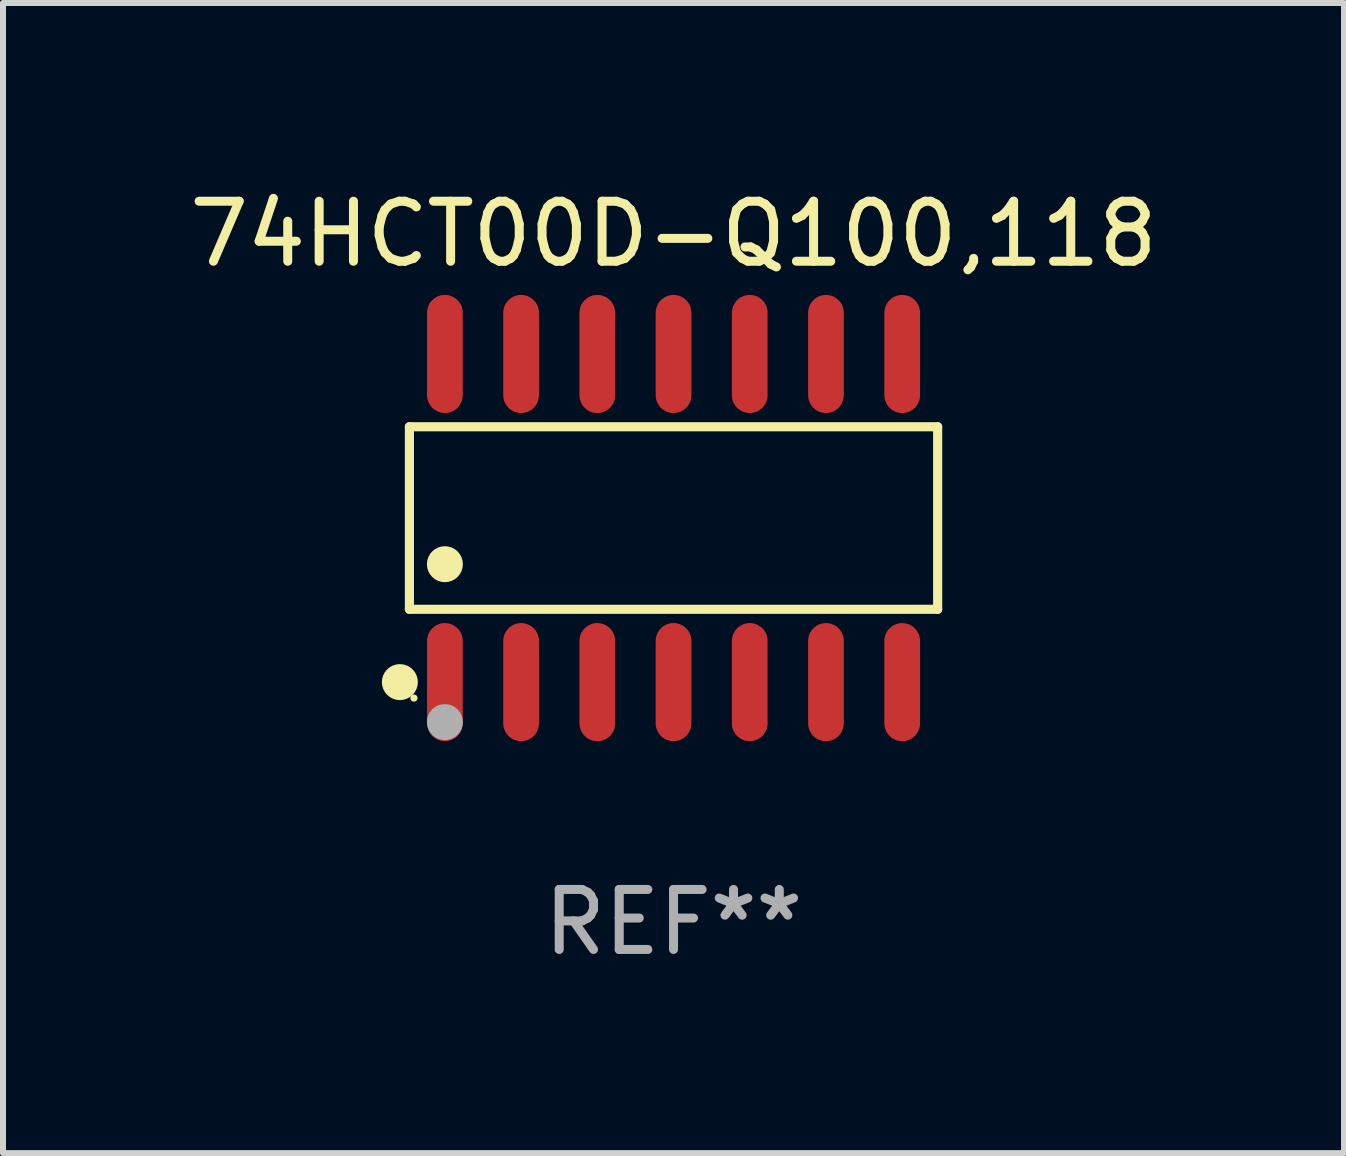
<source format=kicad_pcb>
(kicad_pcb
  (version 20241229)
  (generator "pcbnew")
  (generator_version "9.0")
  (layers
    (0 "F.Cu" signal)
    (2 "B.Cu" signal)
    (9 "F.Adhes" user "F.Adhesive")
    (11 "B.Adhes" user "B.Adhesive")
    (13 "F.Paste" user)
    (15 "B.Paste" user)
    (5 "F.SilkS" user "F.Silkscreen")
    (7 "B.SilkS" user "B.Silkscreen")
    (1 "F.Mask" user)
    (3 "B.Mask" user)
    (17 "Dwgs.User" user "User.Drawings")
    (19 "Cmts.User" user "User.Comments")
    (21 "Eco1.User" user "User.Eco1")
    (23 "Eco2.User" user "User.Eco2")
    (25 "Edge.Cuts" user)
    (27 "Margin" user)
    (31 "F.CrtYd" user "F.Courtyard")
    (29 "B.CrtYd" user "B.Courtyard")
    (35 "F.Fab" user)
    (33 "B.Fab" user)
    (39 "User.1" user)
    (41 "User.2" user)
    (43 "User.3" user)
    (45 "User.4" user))
  (footprint "74HCT00D-Q100,118"
    (layer "F.Cu")
    (at 8.173 5.582)
    (property "Reference" "74HCT00D-Q100,118" (at 0 -4.734 0) (layer "F.SilkS") (effects (font (size 1 1) (thickness 0.15))))
    (attr through_hole)
    (fp_line (start -4.401 -1.521) (end 4.401 -1.521) (stroke (width 0.152) (type solid)) (layer "F.SilkS"))
    (fp_line (start -4.401 1.521) (end -4.401 -1.521) (stroke (width 0.152) (type solid)) (layer "F.SilkS"))
    (fp_line (start 4.401 -1.521) (end 4.401 1.521) (stroke (width 0.152) (type solid)) (layer "F.SilkS"))
    (fp_line (start 4.401 1.521) (end -4.401 1.521) (stroke (width 0.152) (type solid)) (layer "F.SilkS"))
    (fp_circle (center -4.56 2.734) (end -4.41 2.734) (stroke (width 0.3) (type solid)) (fill no) (layer "F.SilkS"))
    (fp_circle (center -4.325 3) (end -4.295 3) (stroke (width 0.06) (type solid)) (fill no) (layer "F.SilkS"))
    (fp_circle (center -3.81 0.769) (end -3.66 0.769) (stroke (width 0.3) (type solid)) (fill no) (layer "F.SilkS"))
    (fp_circle (center -3.81 3.4) (end -3.66 3.4) (stroke (width 0.3) (type solid)) (fill no) (layer "F.Fab"))
    (fp_text user "REF**" (at 0 6.734 0) (layer "F.Fab") (effects (font (size 1 1) (thickness 0.15))))
    (pad "1" smd oval (at -3.81 2.734) (size 0.595 1.968) (layers "F.Cu" "F.Mask" "F.Paste"))
    (pad "2" smd oval (at -2.54 2.734) (size 0.595 1.968) (layers "F.Cu" "F.Mask" "F.Paste"))
    (pad "3" smd oval (at -1.27 2.734) (size 0.595 1.968) (layers "F.Cu" "F.Mask" "F.Paste"))
    (pad "4" smd oval (at 0 2.734) (size 0.595 1.968) (layers "F.Cu" "F.Mask" "F.Paste"))
    (pad "5" smd oval (at 1.27 2.734) (size 0.595 1.968) (layers "F.Cu" "F.Mask" "F.Paste"))
    (pad "6" smd oval (at 2.54 2.734) (size 0.595 1.968) (layers "F.Cu" "F.Mask" "F.Paste"))
    (pad "7" smd oval (at 3.81 2.734) (size 0.595 1.968) (layers "F.Cu" "F.Mask" "F.Paste"))
    (pad "8" smd oval (at 3.81 -2.734) (size 0.595 1.968) (layers "F.Cu" "F.Mask" "F.Paste"))
    (pad "9" smd oval (at 2.54 -2.734) (size 0.595 1.968) (layers "F.Cu" "F.Mask" "F.Paste"))
    (pad "10" smd oval (at 1.27 -2.734) (size 0.595 1.968) (layers "F.Cu" "F.Mask" "F.Paste"))
    (pad "11" smd oval (at 0 -2.734) (size 0.595 1.968) (layers "F.Cu" "F.Mask" "F.Paste"))
    (pad "12" smd oval (at -1.27 -2.734) (size 0.595 1.968) (layers "F.Cu" "F.Mask" "F.Paste"))
    (pad "13" smd oval (at -2.54 -2.734) (size 0.595 1.968) (layers "F.Cu" "F.Mask" "F.Paste"))
    (pad "14" smd oval (at -3.81 -2.734) (size 0.595 1.968) (layers "F.Cu" "F.Mask" "F.Paste")))
  (gr_rect
    (start -3 -3)
    (end 19.345 16.164)
    (stroke (width 0.1) (type default))
    (fill no)
    (layer "Edge.Cuts")))
</source>
